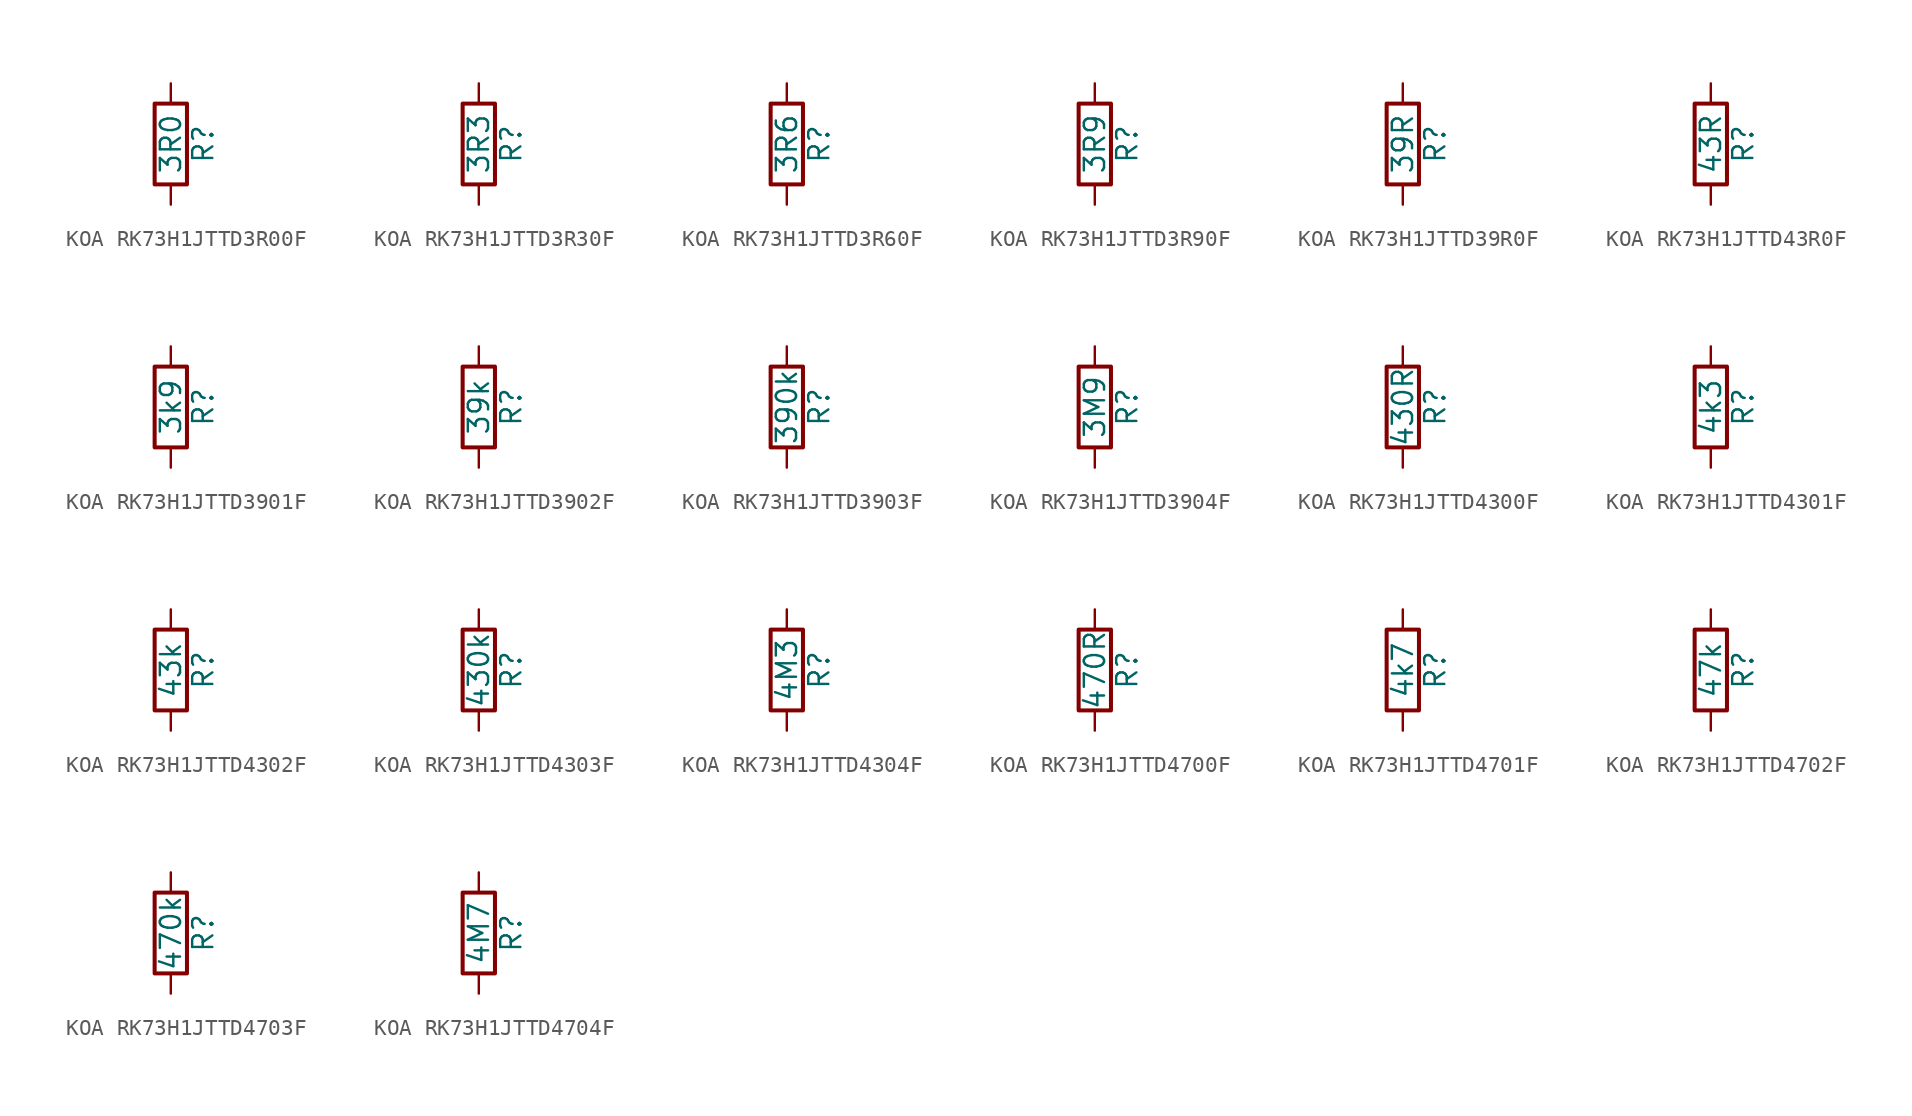
<source format=kicad_sym>
(kicad_symbol_lib
  (version 20220914)
  (generator kicad_symbol_editor)
  (symbol "KOA RK73H1JTTD3R00F"
    (pin_numbers hide)
    (pin_names
      (offset 0))
    (property "Reference" "R"
      (at 2.032 0 90)
      (effects (font (size 1.27 1.27))))
    (property "Value" "3R0"
      (at 0 0 90)
      (effects (font (size 1.27 1.27))))
    (symbol "KOA RK73H1JTTD3R00F_0_1"
      (rectangle (start -1.016 -2.54) (end 1.016 2.54) (stroke (width 0.254) (type default)) (fill (type none))))
    (symbol "KOA RK73H1JTTD3R00F_1_1"
      (pin passive line (at 0 3.81 270) (length 1.27) (name "~" (effects (font (size 1.27 1.27)))) (number "1" (effects (font (size 1.27 1.27)))))
      (pin passive line (at 0 -3.81 90) (length 1.27) (name "~" (effects (font (size 1.27 1.27)))) (number "2" (effects (font (size 1.27 1.27)))))))
  (symbol "KOA RK73H1JTTD3R30F"
    (pin_numbers hide)
    (pin_names
      (offset 0))
    (property "Reference" "R"
      (at 2.032 0 90)
      (effects (font (size 1.27 1.27))))
    (property "Value" "3R3"
      (at 0 0 90)
      (effects (font (size 1.27 1.27))))
    (symbol "KOA RK73H1JTTD3R30F_0_1"
      (rectangle (start -1.016 -2.54) (end 1.016 2.54) (stroke (width 0.254) (type default)) (fill (type none))))
    (symbol "KOA RK73H1JTTD3R30F_1_1"
      (pin passive line (at 0 3.81 270) (length 1.27) (name "~" (effects (font (size 1.27 1.27)))) (number "1" (effects (font (size 1.27 1.27)))))
      (pin passive line (at 0 -3.81 90) (length 1.27) (name "~" (effects (font (size 1.27 1.27)))) (number "2" (effects (font (size 1.27 1.27)))))))
  (symbol "KOA RK73H1JTTD3R60F"
    (pin_numbers hide)
    (pin_names
      (offset 0))
    (property "Reference" "R"
      (at 2.032 0 90)
      (effects (font (size 1.27 1.27))))
    (property "Value" "3R6"
      (at 0 0 90)
      (effects (font (size 1.27 1.27))))
    (symbol "KOA RK73H1JTTD3R60F_0_1"
      (rectangle (start -1.016 -2.54) (end 1.016 2.54) (stroke (width 0.254) (type default)) (fill (type none))))
    (symbol "KOA RK73H1JTTD3R60F_1_1"
      (pin passive line (at 0 3.81 270) (length 1.27) (name "~" (effects (font (size 1.27 1.27)))) (number "1" (effects (font (size 1.27 1.27)))))
      (pin passive line (at 0 -3.81 90) (length 1.27) (name "~" (effects (font (size 1.27 1.27)))) (number "2" (effects (font (size 1.27 1.27)))))))
  (symbol "KOA RK73H1JTTD3R90F"
    (pin_numbers hide)
    (pin_names
      (offset 0))
    (property "Reference" "R"
      (at 2.032 0 90)
      (effects (font (size 1.27 1.27))))
    (property "Value" "3R9"
      (at 0 0 90)
      (effects (font (size 1.27 1.27))))
    (symbol "KOA RK73H1JTTD3R90F_0_1"
      (rectangle (start -1.016 -2.54) (end 1.016 2.54) (stroke (width 0.254) (type default)) (fill (type none))))
    (symbol "KOA RK73H1JTTD3R90F_1_1"
      (pin passive line (at 0 3.81 270) (length 1.27) (name "~" (effects (font (size 1.27 1.27)))) (number "1" (effects (font (size 1.27 1.27)))))
      (pin passive line (at 0 -3.81 90) (length 1.27) (name "~" (effects (font (size 1.27 1.27)))) (number "2" (effects (font (size 1.27 1.27)))))))
  (symbol "KOA RK73H1JTTD39R0F"
    (pin_numbers hide)
    (pin_names
      (offset 0))
    (property "Reference" "R"
      (at 2.032 0 90)
      (effects (font (size 1.27 1.27))))
    (property "Value" "39R"
      (at 0 0 90)
      (effects (font (size 1.27 1.27))))
    (symbol "KOA RK73H1JTTD39R0F_0_1"
      (rectangle (start -1.016 -2.54) (end 1.016 2.54) (stroke (width 0.254) (type default)) (fill (type none))))
    (symbol "KOA RK73H1JTTD39R0F_1_1"
      (pin passive line (at 0 3.81 270) (length 1.27) (name "~" (effects (font (size 1.27 1.27)))) (number "1" (effects (font (size 1.27 1.27)))))
      (pin passive line (at 0 -3.81 90) (length 1.27) (name "~" (effects (font (size 1.27 1.27)))) (number "2" (effects (font (size 1.27 1.27)))))))
  (symbol "KOA RK73H1JTTD43R0F"
    (pin_numbers hide)
    (pin_names
      (offset 0))
    (property "Reference" "R"
      (at 2.032 0 90)
      (effects (font (size 1.27 1.27))))
    (property "Value" "43R"
      (at 0 0 90)
      (effects (font (size 1.27 1.27))))
    (symbol "KOA RK73H1JTTD43R0F_0_1"
      (rectangle (start -1.016 -2.54) (end 1.016 2.54) (stroke (width 0.254) (type default)) (fill (type none))))
    (symbol "KOA RK73H1JTTD43R0F_1_1"
      (pin passive line (at 0 3.81 270) (length 1.27) (name "~" (effects (font (size 1.27 1.27)))) (number "1" (effects (font (size 1.27 1.27)))))
      (pin passive line (at 0 -3.81 90) (length 1.27) (name "~" (effects (font (size 1.27 1.27)))) (number "2" (effects (font (size 1.27 1.27)))))))
  (symbol "KOA RK73H1JTTD3901F"
    (pin_numbers hide)
    (pin_names
      (offset 0))
    (property "Reference" "R"
      (at 2.032 0 90)
      (effects (font (size 1.27 1.27))))
    (property "Value" "3k9"
      (at 0 0 90)
      (effects (font (size 1.27 1.27))))
    (symbol "KOA RK73H1JTTD3901F_0_1"
      (rectangle (start -1.016 -2.54) (end 1.016 2.54) (stroke (width 0.254) (type default)) (fill (type none))))
    (symbol "KOA RK73H1JTTD3901F_1_1"
      (pin passive line (at 0 3.81 270) (length 1.27) (name "~" (effects (font (size 1.27 1.27)))) (number "1" (effects (font (size 1.27 1.27)))))
      (pin passive line (at 0 -3.81 90) (length 1.27) (name "~" (effects (font (size 1.27 1.27)))) (number "2" (effects (font (size 1.27 1.27)))))))
  (symbol "KOA RK73H1JTTD3902F"
    (pin_numbers hide)
    (pin_names
      (offset 0))
    (property "Reference" "R"
      (at 2.032 0 90)
      (effects (font (size 1.27 1.27))))
    (property "Value" "39k"
      (at 0 0 90)
      (effects (font (size 1.27 1.27))))
    (symbol "KOA RK73H1JTTD3902F_0_1"
      (rectangle (start -1.016 -2.54) (end 1.016 2.54) (stroke (width 0.254) (type default)) (fill (type none))))
    (symbol "KOA RK73H1JTTD3902F_1_1"
      (pin passive line (at 0 3.81 270) (length 1.27) (name "~" (effects (font (size 1.27 1.27)))) (number "1" (effects (font (size 1.27 1.27)))))
      (pin passive line (at 0 -3.81 90) (length 1.27) (name "~" (effects (font (size 1.27 1.27)))) (number "2" (effects (font (size 1.27 1.27)))))))
  (symbol "KOA RK73H1JTTD3903F"
    (pin_numbers hide)
    (pin_names
      (offset 0))
    (property "Reference" "R"
      (at 2.032 0 90)
      (effects (font (size 1.27 1.27))))
    (property "Value" "390k"
      (at 0 0 90)
      (effects (font (size 1.27 1.27))))
    (symbol "KOA RK73H1JTTD3903F_0_1"
      (rectangle (start -1.016 -2.54) (end 1.016 2.54) (stroke (width 0.254) (type default)) (fill (type none))))
    (symbol "KOA RK73H1JTTD3903F_1_1"
      (pin passive line (at 0 3.81 270) (length 1.27) (name "~" (effects (font (size 1.27 1.27)))) (number "1" (effects (font (size 1.27 1.27)))))
      (pin passive line (at 0 -3.81 90) (length 1.27) (name "~" (effects (font (size 1.27 1.27)))) (number "2" (effects (font (size 1.27 1.27)))))))
  (symbol "KOA RK73H1JTTD3904F"
    (pin_numbers hide)
    (pin_names
      (offset 0))
    (property "Reference" "R"
      (at 2.032 0 90)
      (effects (font (size 1.27 1.27))))
    (property "Value" "3M9"
      (at 0 0 90)
      (effects (font (size 1.27 1.27))))
    (symbol "KOA RK73H1JTTD3904F_0_1"
      (rectangle (start -1.016 -2.54) (end 1.016 2.54) (stroke (width 0.254) (type default)) (fill (type none))))
    (symbol "KOA RK73H1JTTD3904F_1_1"
      (pin passive line (at 0 3.81 270) (length 1.27) (name "~" (effects (font (size 1.27 1.27)))) (number "1" (effects (font (size 1.27 1.27)))))
      (pin passive line (at 0 -3.81 90) (length 1.27) (name "~" (effects (font (size 1.27 1.27)))) (number "2" (effects (font (size 1.27 1.27)))))))
  (symbol "KOA RK73H1JTTD4300F"
    (pin_numbers hide)
    (pin_names
      (offset 0))
    (property "Reference" "R"
      (at 2.032 0 90)
      (effects (font (size 1.27 1.27))))
    (property "Value" "430R"
      (at 0 0 90)
      (effects (font (size 1.27 1.27))))
    (symbol "KOA RK73H1JTTD4300F_0_1"
      (rectangle (start -1.016 -2.54) (end 1.016 2.54) (stroke (width 0.254) (type default)) (fill (type none))))
    (symbol "KOA RK73H1JTTD4300F_1_1"
      (pin passive line (at 0 3.81 270) (length 1.27) (name "~" (effects (font (size 1.27 1.27)))) (number "1" (effects (font (size 1.27 1.27)))))
      (pin passive line (at 0 -3.81 90) (length 1.27) (name "~" (effects (font (size 1.27 1.27)))) (number "2" (effects (font (size 1.27 1.27)))))))
  (symbol "KOA RK73H1JTTD4301F"
    (pin_numbers hide)
    (pin_names
      (offset 0))
    (property "Reference" "R"
      (at 2.032 0 90)
      (effects (font (size 1.27 1.27))))
    (property "Value" "4k3"
      (at 0 0 90)
      (effects (font (size 1.27 1.27))))
    (symbol "KOA RK73H1JTTD4301F_0_1"
      (rectangle (start -1.016 -2.54) (end 1.016 2.54) (stroke (width 0.254) (type default)) (fill (type none))))
    (symbol "KOA RK73H1JTTD4301F_1_1"
      (pin passive line (at 0 3.81 270) (length 1.27) (name "~" (effects (font (size 1.27 1.27)))) (number "1" (effects (font (size 1.27 1.27)))))
      (pin passive line (at 0 -3.81 90) (length 1.27) (name "~" (effects (font (size 1.27 1.27)))) (number "2" (effects (font (size 1.27 1.27)))))))
  (symbol "KOA RK73H1JTTD4302F"
    (pin_numbers hide)
    (pin_names
      (offset 0))
    (property "Reference" "R"
      (at 2.032 0 90)
      (effects (font (size 1.27 1.27))))
    (property "Value" "43k"
      (at 0 0 90)
      (effects (font (size 1.27 1.27))))
    (symbol "KOA RK73H1JTTD4302F_0_1"
      (rectangle (start -1.016 -2.54) (end 1.016 2.54) (stroke (width 0.254) (type default)) (fill (type none))))
    (symbol "KOA RK73H1JTTD4302F_1_1"
      (pin passive line (at 0 3.81 270) (length 1.27) (name "~" (effects (font (size 1.27 1.27)))) (number "1" (effects (font (size 1.27 1.27)))))
      (pin passive line (at 0 -3.81 90) (length 1.27) (name "~" (effects (font (size 1.27 1.27)))) (number "2" (effects (font (size 1.27 1.27)))))))
  (symbol "KOA RK73H1JTTD4303F"
    (pin_numbers hide)
    (pin_names
      (offset 0))
    (property "Reference" "R"
      (at 2.032 0 90)
      (effects (font (size 1.27 1.27))))
    (property "Value" "430k"
      (at 0 0 90)
      (effects (font (size 1.27 1.27))))
    (symbol "KOA RK73H1JTTD4303F_0_1"
      (rectangle (start -1.016 -2.54) (end 1.016 2.54) (stroke (width 0.254) (type default)) (fill (type none))))
    (symbol "KOA RK73H1JTTD4303F_1_1"
      (pin passive line (at 0 3.81 270) (length 1.27) (name "~" (effects (font (size 1.27 1.27)))) (number "1" (effects (font (size 1.27 1.27)))))
      (pin passive line (at 0 -3.81 90) (length 1.27) (name "~" (effects (font (size 1.27 1.27)))) (number "2" (effects (font (size 1.27 1.27)))))))
  (symbol "KOA RK73H1JTTD4304F"
    (pin_numbers hide)
    (pin_names
      (offset 0))
    (property "Reference" "R"
      (at 2.032 0 90)
      (effects (font (size 1.27 1.27))))
    (property "Value" "4M3"
      (at 0 0 90)
      (effects (font (size 1.27 1.27))))
    (symbol "KOA RK73H1JTTD4304F_0_1"
      (rectangle (start -1.016 -2.54) (end 1.016 2.54) (stroke (width 0.254) (type default)) (fill (type none))))
    (symbol "KOA RK73H1JTTD4304F_1_1"
      (pin passive line (at 0 3.81 270) (length 1.27) (name "~" (effects (font (size 1.27 1.27)))) (number "1" (effects (font (size 1.27 1.27)))))
      (pin passive line (at 0 -3.81 90) (length 1.27) (name "~" (effects (font (size 1.27 1.27)))) (number "2" (effects (font (size 1.27 1.27)))))))
  (symbol "KOA RK73H1JTTD4700F"
    (pin_numbers hide)
    (pin_names
      (offset 0))
    (property "Reference" "R"
      (at 2.032 0 90)
      (effects (font (size 1.27 1.27))))
    (property "Value" "470R"
      (at 0 0 90)
      (effects (font (size 1.27 1.27))))
    (symbol "KOA RK73H1JTTD4700F_0_1"
      (rectangle (start -1.016 -2.54) (end 1.016 2.54) (stroke (width 0.254) (type default)) (fill (type none))))
    (symbol "KOA RK73H1JTTD4700F_1_1"
      (pin passive line (at 0 3.81 270) (length 1.27) (name "~" (effects (font (size 1.27 1.27)))) (number "1" (effects (font (size 1.27 1.27)))))
      (pin passive line (at 0 -3.81 90) (length 1.27) (name "~" (effects (font (size 1.27 1.27)))) (number "2" (effects (font (size 1.27 1.27)))))))
  (symbol "KOA RK73H1JTTD4701F"
    (pin_numbers hide)
    (pin_names
      (offset 0))
    (property "Reference" "R"
      (at 2.032 0 90)
      (effects (font (size 1.27 1.27))))
    (property "Value" "4k7"
      (at 0 0 90)
      (effects (font (size 1.27 1.27))))
    (symbol "KOA RK73H1JTTD4701F_0_1"
      (rectangle (start -1.016 -2.54) (end 1.016 2.54) (stroke (width 0.254) (type default)) (fill (type none))))
    (symbol "KOA RK73H1JTTD4701F_1_1"
      (pin passive line (at 0 3.81 270) (length 1.27) (name "~" (effects (font (size 1.27 1.27)))) (number "1" (effects (font (size 1.27 1.27)))))
      (pin passive line (at 0 -3.81 90) (length 1.27) (name "~" (effects (font (size 1.27 1.27)))) (number "2" (effects (font (size 1.27 1.27)))))))
  (symbol "KOA RK73H1JTTD4702F"
    (pin_numbers hide)
    (pin_names
      (offset 0))
    (property "Reference" "R"
      (at 2.032 0 90)
      (effects (font (size 1.27 1.27))))
    (property "Value" "47k"
      (at 0 0 90)
      (effects (font (size 1.27 1.27))))
    (symbol "KOA RK73H1JTTD4702F_0_1"
      (rectangle (start -1.016 -2.54) (end 1.016 2.54) (stroke (width 0.254) (type default)) (fill (type none))))
    (symbol "KOA RK73H1JTTD4702F_1_1"
      (pin passive line (at 0 3.81 270) (length 1.27) (name "~" (effects (font (size 1.27 1.27)))) (number "1" (effects (font (size 1.27 1.27)))))
      (pin passive line (at 0 -3.81 90) (length 1.27) (name "~" (effects (font (size 1.27 1.27)))) (number "2" (effects (font (size 1.27 1.27)))))))
  (symbol "KOA RK73H1JTTD4703F"
    (pin_numbers hide)
    (pin_names
      (offset 0))
    (property "Reference" "R"
      (at 2.032 0 90)
      (effects (font (size 1.27 1.27))))
    (property "Value" "470k"
      (at 0 0 90)
      (effects (font (size 1.27 1.27))))
    (symbol "KOA RK73H1JTTD4703F_0_1"
      (rectangle (start -1.016 -2.54) (end 1.016 2.54) (stroke (width 0.254) (type default)) (fill (type none))))
    (symbol "KOA RK73H1JTTD4703F_1_1"
      (pin passive line (at 0 3.81 270) (length 1.27) (name "~" (effects (font (size 1.27 1.27)))) (number "1" (effects (font (size 1.27 1.27)))))
      (pin passive line (at 0 -3.81 90) (length 1.27) (name "~" (effects (font (size 1.27 1.27)))) (number "2" (effects (font (size 1.27 1.27)))))))
  (symbol "KOA RK73H1JTTD4704F"
    (pin_numbers hide)
    (pin_names
      (offset 0))
    (property "Reference" "R"
      (at 2.032 0 90)
      (effects (font (size 1.27 1.27))))
    (property "Value" "4M7"
      (at 0 0 90)
      (effects (font (size 1.27 1.27))))
    (symbol "KOA RK73H1JTTD4704F_0_1"
      (rectangle (start -1.016 -2.54) (end 1.016 2.54) (stroke (width 0.254) (type default)) (fill (type none))))
    (symbol "KOA RK73H1JTTD4704F_1_1"
      (pin passive line (at 0 3.81 270) (length 1.27) (name "~" (effects (font (size 1.27 1.27)))) (number "1" (effects (font (size 1.27 1.27)))))
      (pin passive line (at 0 -3.81 90) (length 1.27) (name "~" (effects (font (size 1.27 1.27)))) (number "2" (effects (font (size 1.27 1.27))))))))
</source>
